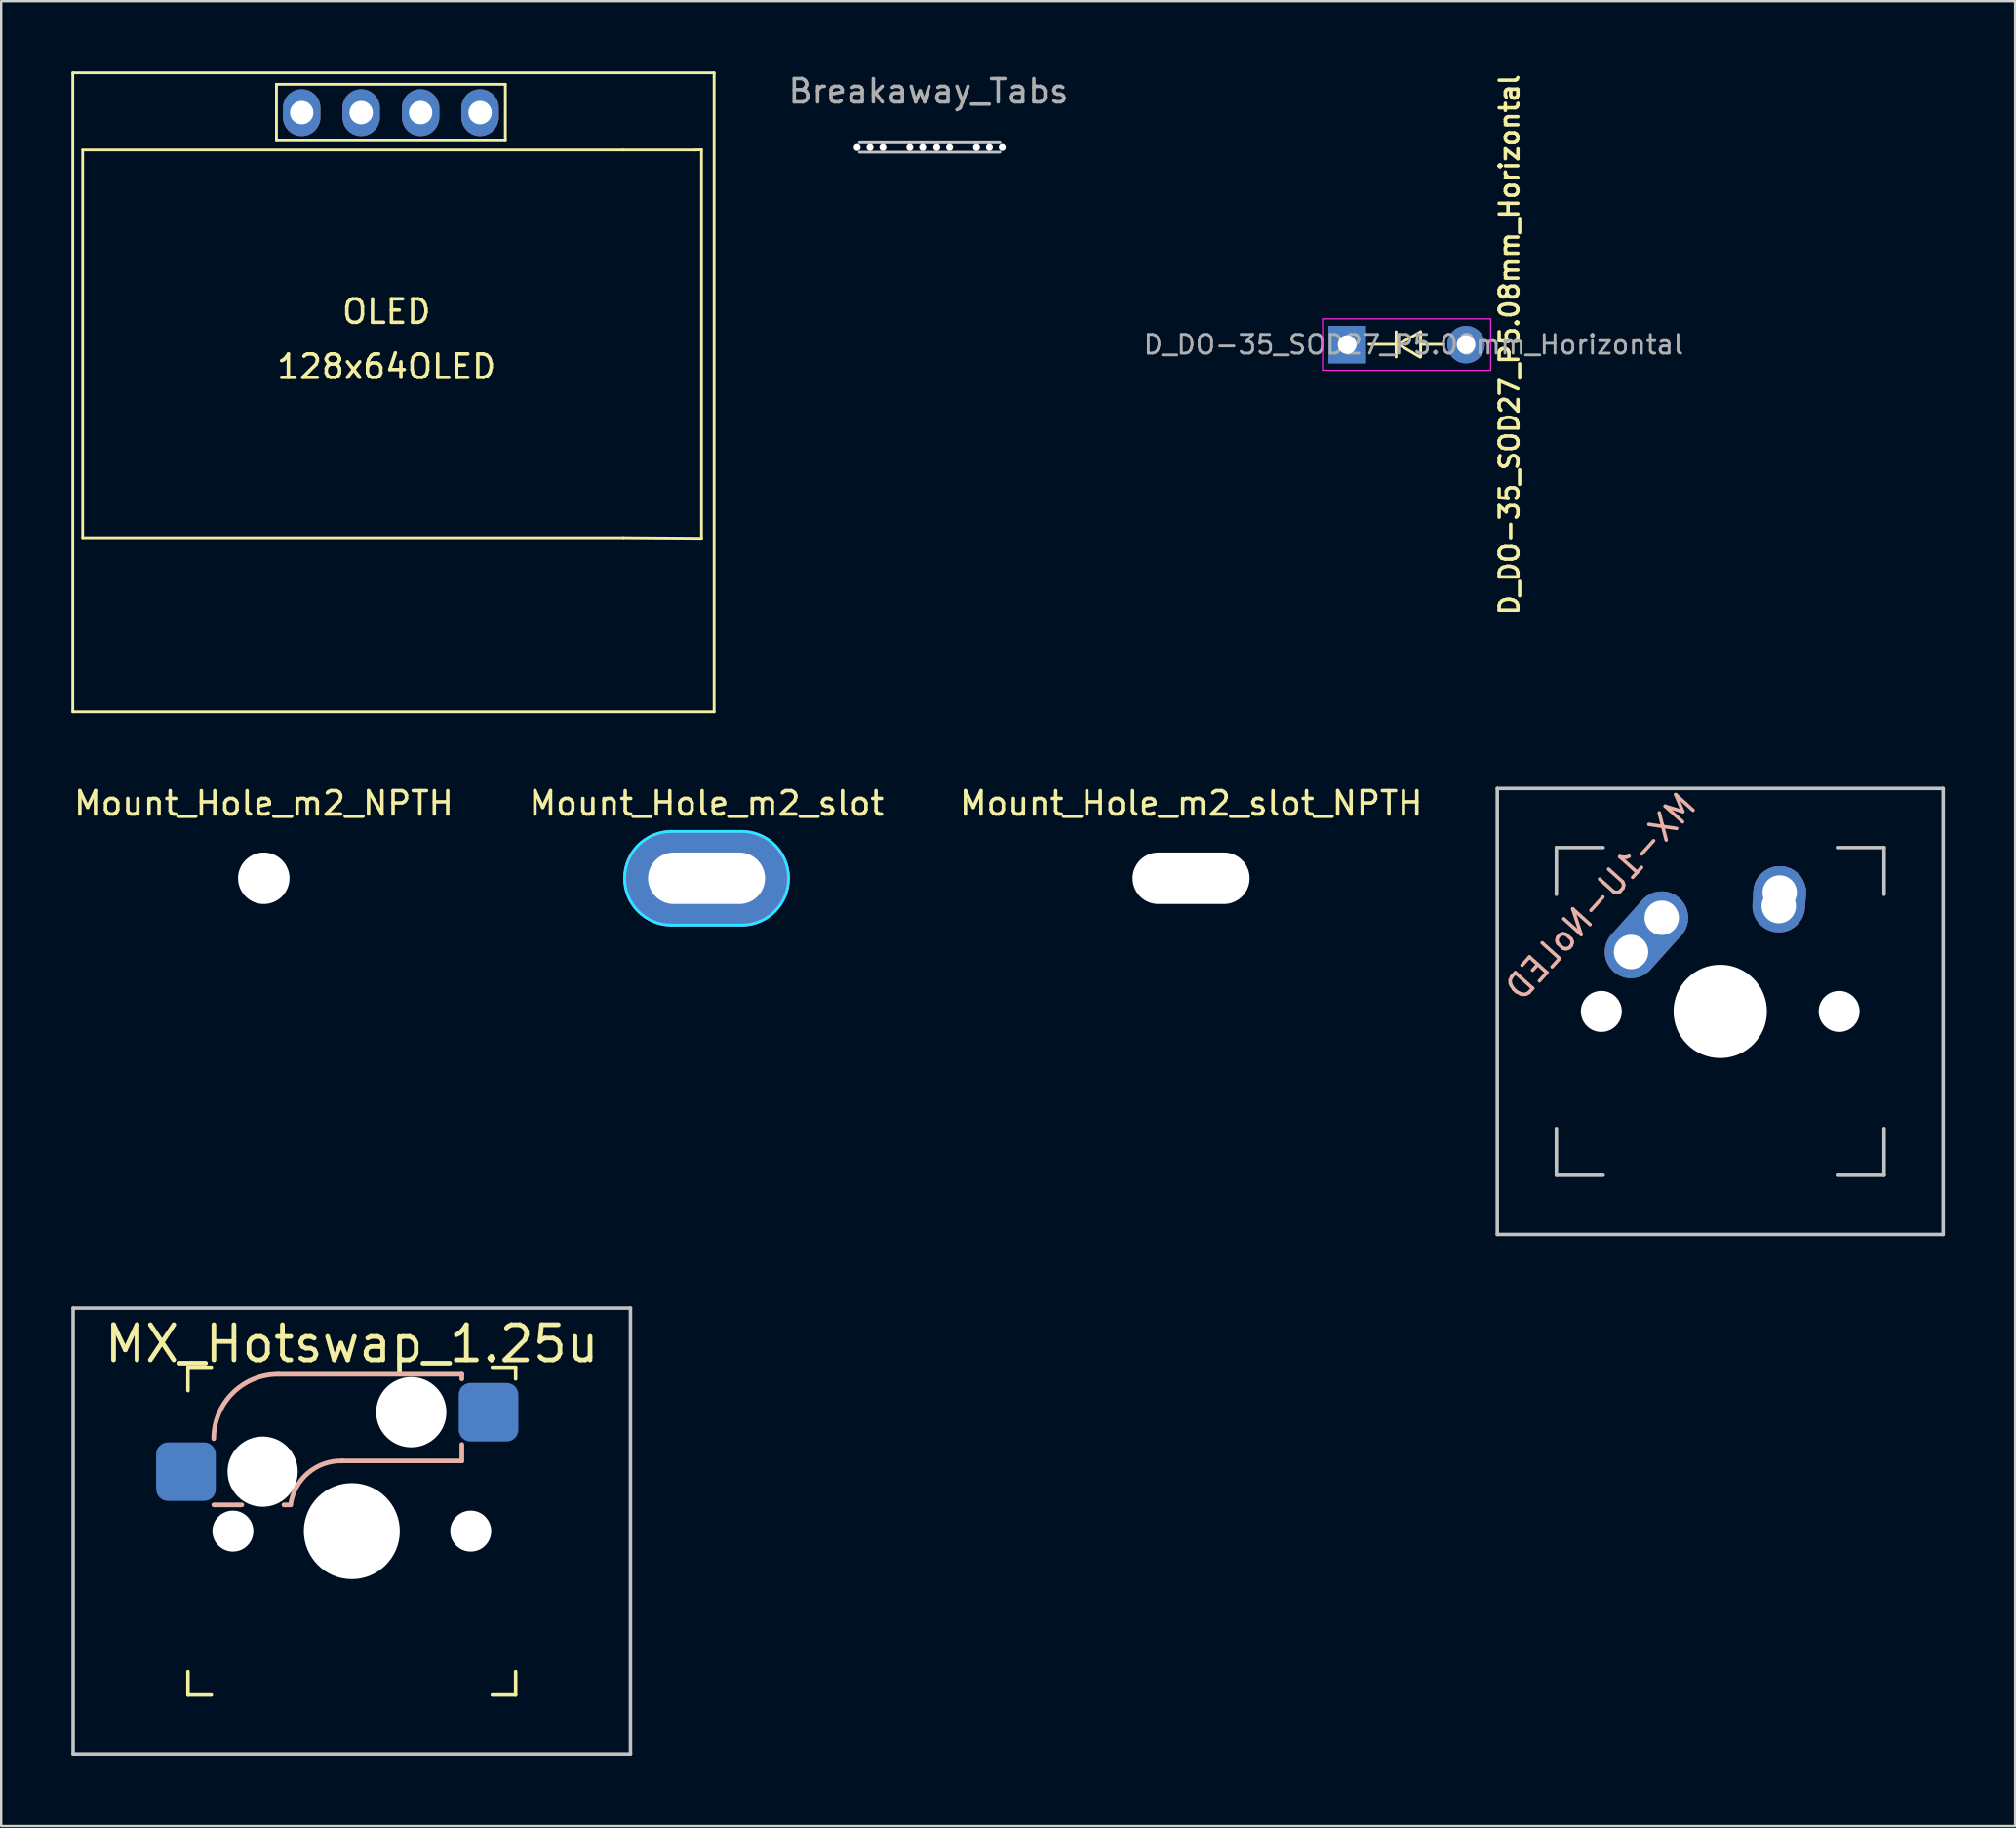
<source format=kicad_pcb>
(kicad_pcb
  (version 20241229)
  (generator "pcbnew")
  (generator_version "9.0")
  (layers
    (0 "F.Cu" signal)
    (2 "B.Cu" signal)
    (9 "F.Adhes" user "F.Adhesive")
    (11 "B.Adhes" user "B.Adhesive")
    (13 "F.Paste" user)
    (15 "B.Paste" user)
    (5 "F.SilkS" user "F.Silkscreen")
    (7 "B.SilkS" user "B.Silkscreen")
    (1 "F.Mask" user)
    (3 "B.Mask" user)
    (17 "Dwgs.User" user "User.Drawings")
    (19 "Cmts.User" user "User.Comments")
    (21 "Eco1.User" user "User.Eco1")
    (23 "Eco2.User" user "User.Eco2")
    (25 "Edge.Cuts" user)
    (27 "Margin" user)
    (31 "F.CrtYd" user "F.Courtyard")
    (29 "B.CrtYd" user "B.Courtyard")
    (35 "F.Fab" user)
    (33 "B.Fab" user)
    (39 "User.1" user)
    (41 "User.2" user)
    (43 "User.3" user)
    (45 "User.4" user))
  (footprint "MX_Hotswap_1.25u"
    (layer "F.Cu")
    (at 11.981 62.356)
    (property "Reference" "MX_Hotswap_1.25u" (at 0 -8 0) (unlocked yes) (layer "F.SilkS") (effects (font (size 1.5 1.5) (thickness 0.2))))
    (fp_line (start -7 -7) (end -6 -7) (stroke (width 0.15) (type solid)) (layer "F.SilkS"))
    (fp_line (start -7 -6) (end -7 -7) (stroke (width 0.15) (type solid)) (layer "F.SilkS"))
    (fp_line (start -7 6) (end -7 7) (stroke (width 0.15) (type solid)) (layer "F.SilkS"))
    (fp_line (start -7 7) (end -6 7) (stroke (width 0.15) (type solid)) (layer "F.SilkS"))
    (fp_line (start 6 7) (end 7 7) (stroke (width 0.15) (type solid)) (layer "F.SilkS"))
    (fp_line (start 7 -7) (end 6 -7) (stroke (width 0.15) (type solid)) (layer "F.SilkS"))
    (fp_line (start 7 -7) (end 7 -6.5) (stroke (width 0.15) (type solid)) (layer "F.SilkS"))
    (fp_line (start 7 7) (end 7 6) (stroke (width 0.15) (type solid)) (layer "F.SilkS"))
    (fp_line (start -5.896 -1.121) (end -4.7 -1.121) (stroke (width 0.2) (type solid)) (layer "B.SilkS"))
    (fp_line (start -3.15 -6.7) (end 4.7 -6.7) (stroke (width 0.2) (type solid)) (layer "B.SilkS"))
    (fp_line (start -2.9 -1.121) (end -2.616 -1.121) (stroke (width 0.2) (type solid)) (layer "B.SilkS"))
    (fp_line (start -0.4 -3) (end 4.7 -3) (stroke (width 0.2) (type solid)) (layer "B.SilkS"))
    (fp_line (start 4.7 -6.5) (end 4.7 -6.7) (stroke (width 0.2) (type solid)) (layer "B.SilkS"))
    (fp_line (start 4.7 -3) (end 4.7 -3.7) (stroke (width 0.2) (type solid)) (layer "B.SilkS"))
    (fp_arc (start -5.9 -3.95) (mid -5.094544 -5.894544) (end -3.15 -6.7) (stroke (width 0.2) (type solid)) (layer "B.SilkS"))
    (fp_arc (start -2.616318 -1.121471) (mid -1.868709 -2.486118) (end -0.4 -3) (stroke (width 0.2) (type solid)) (layer "B.SilkS"))
    (fp_line (start -11.906 -9.525) (end 11.906 -9.525) (stroke (width 0.15) (type solid)) (layer "Dwgs.User"))
    (fp_line (start -11.906 9.525) (end -11.906 -9.525) (stroke (width 0.15) (type solid)) (layer "Dwgs.User"))
    (fp_line (start 11.906 -9.525) (end 11.906 9.525) (stroke (width 0.15) (type solid)) (layer "Dwgs.User"))
    (fp_line (start 11.906 9.525) (end -11.906 9.525) (stroke (width 0.15) (type solid)) (layer "Dwgs.User"))
    (pad "" np_thru_hole circle (at -5.08 0) (size 1.75 1.75) (drill 1.75) (layers "*.Cu" "*.Mask"))
    (pad "" np_thru_hole circle (at -3.81 -2.54) (size 3 3) (drill 3) (layers "*.Cu" "*.Mask"))
    (pad "" np_thru_hole circle (at 0 0 90) (size 4.1 4.1) (drill 4.1) (layers "*.Cu" "*.Mask"))
    (pad "" np_thru_hole circle (at 2.54 -5.08) (size 3 3) (drill 3) (layers "*.Cu" "*.Mask"))
    (pad "" np_thru_hole circle (at 5.08 0) (size 1.75 1.75) (drill 1.75) (layers "*.Cu" "*.Mask"))
    (pad "1" smd roundrect (at -7.085 -2.54 180) (size 2.55 2.5) (layers "B.Cu" "B.Mask" "B.Paste") (roundrect_rratio 0.2))
    (pad "2" smd roundrect (at 5.842 -5.08 180) (size 2.55 2.5) (layers "B.Cu" "B.Mask" "B.Paste") (roundrect_rratio 0.2)))
  (footprint "MX-1U-NoLED"
    (layer "F.Cu")
    (at 70.445 40.156)
    (property "Reference" "MX-1U-NoLED" (at -5.1 -4.9 48) (layer "B.SilkS") (effects (font (size 1 1) (thickness 0.15)) (justify mirror)))
    (attr through_hole)
    (fp_line (start -9.525 -9.525) (end 9.525 -9.525) (stroke (width 0.15) (type solid)) (layer "Dwgs.User"))
    (fp_line (start -9.525 9.525) (end -9.525 -9.525) (stroke (width 0.15) (type solid)) (layer "Dwgs.User"))
    (fp_line (start -7 -7) (end -7 -5) (stroke (width 0.15) (type solid)) (layer "Dwgs.User"))
    (fp_line (start -7 5) (end -7 7) (stroke (width 0.15) (type solid)) (layer "Dwgs.User"))
    (fp_line (start -7 7) (end -5 7) (stroke (width 0.15) (type solid)) (layer "Dwgs.User"))
    (fp_line (start -5 -7) (end -7 -7) (stroke (width 0.15) (type solid)) (layer "Dwgs.User"))
    (fp_line (start 5 -7) (end 7 -7) (stroke (width 0.15) (type solid)) (layer "Dwgs.User"))
    (fp_line (start 5 7) (end 7 7) (stroke (width 0.15) (type solid)) (layer "Dwgs.User"))
    (fp_line (start 7 -7) (end 7 -5) (stroke (width 0.15) (type solid)) (layer "Dwgs.User"))
    (fp_line (start 7 7) (end 7 5) (stroke (width 0.15) (type solid)) (layer "Dwgs.User"))
    (fp_line (start 9.525 -9.525) (end 9.525 9.525) (stroke (width 0.15) (type solid)) (layer "Dwgs.User"))
    (fp_line (start 9.525 9.525) (end -9.525 9.525) (stroke (width 0.15) (type solid)) (layer "Dwgs.User"))
    (pad "" np_thru_hole circle (at -5.08 0 48.1) (size 1.75 1.75) (drill 1.75) (layers "*.Cu" "*.Mask"))
    (pad "" np_thru_hole circle (at 0 0) (size 3.988 3.988) (drill 3.988) (layers "*.Cu" "*.Mask"))
    (pad "" np_thru_hole circle (at 5.08 0 48.1) (size 1.75 1.75) (drill 1.75) (layers "*.Cu" "*.Mask"))
    (pad "1" thru_hole oval (at -3.81 -2.54 48.1) (size 4.212 2.25) (drill 1.47 (offset 0.981 0)) (layers "*.Cu" "B.Mask"))
    (pad "1" thru_hole circle (at -2.5 -4) (size 2.25 2.25) (drill 1.47) (layers "*.Cu" "B.Mask"))
    (pad "2" thru_hole oval (at 2.5 -4.5 86.055) (size 2.831 2.25) (drill 1.47 (offset 0.291 0)) (layers "*.Cu" "B.Mask"))
    (pad "2" thru_hole circle (at 2.54 -5.08) (size 2.25 2.25) (drill 1.47) (layers "*.Cu" "B.Mask")))
  (footprint "128x64OLED"
    (layer "F.Cu")
    (at 13.46 12.36)
    (property "Reference" "128x64OLED" (at 0 0.254 0) (layer "F.SilkS") (effects (font (size 1 1) (thickness 0.15))))
    (attr through_hole)
    (fp_line (start -13.4 -12.3) (end 14 -12.3) (stroke (width 0.12) (type solid)) (layer "F.SilkS"))
    (fp_line (start -13.4 15) (end -13.4 -12.3) (stroke (width 0.12) (type solid)) (layer "F.SilkS"))
    (fp_line (start -12.978 -9.005) (end 10.122 -9.005) (stroke (width 0.12) (type solid)) (layer "F.SilkS"))
    (fp_line (start -12.978 7.595) (end -12.978 -9.005) (stroke (width 0.12) (type solid)) (layer "F.SilkS"))
    (fp_line (start -4.699 -11.811) (end -4.699 -9.398) (stroke (width 0.12) (type solid)) (layer "F.SilkS"))
    (fp_line (start -4.699 -11.811) (end 5.08 -11.811) (stroke (width 0.12) (type solid)) (layer "F.SilkS"))
    (fp_line (start 5.08 -11.811) (end 5.08 -9.398) (stroke (width 0.12) (type solid)) (layer "F.SilkS"))
    (fp_line (start 5.08 -9.398) (end -4.699 -9.398) (stroke (width 0.12) (type solid)) (layer "F.SilkS"))
    (fp_line (start 10.122 -9.005) (end 13.208 -9.005) (stroke (width 0.12) (type solid)) (layer "F.SilkS"))
    (fp_line (start 10.122 7.595) (end -12.978 7.595) (stroke (width 0.12) (type solid)) (layer "F.SilkS"))
    (fp_line (start 10.122 7.595) (end 13.462 7.62) (stroke (width 0.12) (type solid)) (layer "F.SilkS"))
    (fp_line (start 13.462 -9.017) (end 13.208 -9.005) (stroke (width 0.12) (type solid)) (layer "F.SilkS"))
    (fp_line (start 13.462 7.62) (end 13.462 -9.017) (stroke (width 0.12) (type solid)) (layer "F.SilkS"))
    (fp_line (start 14 -12.3) (end 14 15) (stroke (width 0.12) (type solid)) (layer "F.SilkS"))
    (fp_line (start 14 15) (end -13.4 15) (stroke (width 0.12) (type solid)) (layer "F.SilkS"))
    (fp_text user "OLED" (at 0 -2.1 0) (layer "F.SilkS") (effects (font (size 1 1) (thickness 0.15))))
    (pad "1" thru_hole oval (at -3.62 -10.6 90) (size 2 1.6) (drill 1) (layers "*.Cu" "*.Mask"))
    (pad "2" thru_hole oval (at -1.08 -10.6 90) (size 2 1.6) (drill 1) (layers "*.Cu" "*.Mask"))
    (pad "3" thru_hole oval (at 1.46 -10.6 90) (size 2 1.6) (drill 1) (layers "*.Cu" "*.Mask"))
    (pad "4" thru_hole oval (at 4 -10.6 90) (size 2 1.6) (drill 1) (layers "*.Cu" "*.Mask")))
  (footprint "Breakaway_Tabs"
    (layer "F.Cu")
    (at 36.671 3.248)
    (property "Reference" "Breakaway_Tabs" (at -0.05 -2.4 0) (layer "F.Fab") (effects (font (size 1 1) (thickness 0.15))))
    (attr through_hole)
    (fp_line (start -3 -0.2) (end 3 -0.2) (stroke (width 0.12) (type solid)) (layer "Dwgs.User"))
    (fp_line (start -3 0.2) (end 3 0.2) (stroke (width 0.12) (type solid)) (layer "Dwgs.User"))
    (pad "" np_thru_hole circle (at -3.1 0) (size 0.3 0.3) (drill 0.3) (layers "*.Cu" "*.Mask"))
    (pad "" np_thru_hole circle (at -2.55 0) (size 0.3 0.3) (drill 0.3) (layers "*.Cu" "*.Mask"))
    (pad "" np_thru_hole circle (at -2 0) (size 0.3 0.3) (drill 0.3) (layers "*.Cu" "*.Mask"))
    (pad "" np_thru_hole circle (at -0.85 0) (size 0.3 0.3) (drill 0.3) (layers "*.Cu" "*.Mask"))
    (pad "" np_thru_hole circle (at -0.3 0) (size 0.3 0.3) (drill 0.3) (layers "*.Cu" "*.Mask"))
    (pad "" np_thru_hole circle (at 0.3 0) (size 0.3 0.3) (drill 0.3) (layers "*.Cu" "*.Mask"))
    (pad "" np_thru_hole circle (at 0.85 0) (size 0.3 0.3) (drill 0.3) (layers "*.Cu" "*.Mask"))
    (pad "" np_thru_hole circle (at 2 0) (size 0.3 0.3) (drill 0.3) (layers "*.Cu" "*.Mask"))
    (pad "" np_thru_hole circle (at 2.55 0) (size 0.3 0.3) (drill 0.3) (layers "*.Cu" "*.Mask"))
    (pad "" np_thru_hole circle (at 3.1 0) (size 0.3 0.3) (drill 0.3) (layers "*.Cu" "*.Mask")))
  (footprint "Mount_Hole_m2_NPTH"
    (layer "F.Cu")
    (at 8.22 34.468)
    (property "Reference" "Mount_Hole_m2_NPTH" (at 0 -3.2 0) (layer "F.SilkS") (effects (font (size 1 1) (thickness 0.15))))
    (attr exclude_from_pos_files exclude_from_bom)
    (pad "" np_thru_hole circle (at 0 0) (size 2.2 2.2) (drill 2.2) (layers "*.Cu" "*.Mask")))
  (footprint "Mount_Hole_m2_slot_NPTH"
    (layer "F.Cu")
    (at 47.839 34.468)
    (property "Reference" "Mount_Hole_m2_slot_NPTH" (at 0 -3.2 180) (layer "F.SilkS") (effects (font (size 1 1) (thickness 0.15))))
    (attr exclude_from_pos_files exclude_from_bom)
    (pad "" np_thru_hole oval (at 0 0) (size 5 2.2) (drill oval 5 2.2) (layers "*.Cu" "*.Mask")))
  (footprint "D_DO-35_SOD27_P5.08mm_Horizontal"
    (layer "F.Cu")
    (at 57.236 11.669)
    (property "Reference" "D_DO-35_SOD27_P5.08mm_Horizontal" (at 4.2 0 90) (layer "F.SilkS") (effects (font (size 0.8 0.8) (thickness 0.15))))
    (fp_line (start -1.8 -0.01) (end -0.65 -0.01) (stroke (width 0.12) (type solid)) (layer "F.SilkS"))
    (fp_line (start -0.64 0.53) (end -0.64 -0.55) (stroke (width 0.12) (type solid)) (layer "F.SilkS"))
    (fp_line (start -0.54 -0.01) (end 0.41 -0.55) (stroke (width 0.12) (type solid)) (layer "F.SilkS"))
    (fp_line (start -0.53 0) (end 0.38 0.53) (stroke (width 0.12) (type solid)) (layer "F.SilkS"))
    (fp_line (start 0.41 0.53) (end 0.41 -0.55) (stroke (width 0.12) (type solid)) (layer "F.SilkS"))
    (fp_line (start 1.4 -0.01) (end 0.41 -0.01) (stroke (width 0.12) (type solid)) (layer "F.SilkS"))
    (fp_line (start -3.78 -1.1) (end -3.78 1.1) (stroke (width 0.05) (type solid)) (layer "F.CrtYd"))
    (fp_line (start -3.78 1.1) (end 3.4 1.1) (stroke (width 0.05) (type solid)) (layer "F.CrtYd"))
    (fp_line (start 3.4 -1.1) (end -3.78 -1.1) (stroke (width 0.05) (type solid)) (layer "F.CrtYd"))
    (fp_line (start 3.4 1.1) (end 3.4 -1.1) (stroke (width 0.05) (type solid)) (layer "F.CrtYd"))
    (fp_text user "${REFERENCE}" (at 0.11 0 0) (layer "F.Fab") (effects (font (size 0.8 0.8) (thickness 0.12))))
    (pad "1" thru_hole rect (at -2.73 0) (size 1.6 1.6) (drill 0.8) (layers "*.Cu" "*.Mask"))
    (pad "2" thru_hole oval (at 2.35 0) (size 1.6 1.6) (drill 0.8) (layers "*.Cu" "*.Mask")))
  (footprint "Mount_Hole_m2_slot"
    (layer "F.Cu")
    (at 27.137 34.468)
    (property "Reference" "Mount_Hole_m2_slot" (at 0 -3.2 180) (layer "F.SilkS") (effects (font (size 1 1) (thickness 0.15))))
    (attr exclude_from_pos_files exclude_from_bom)
    (fp_line (start -1.5 -2) (end 1.5 -2) (stroke (width 0.12) (type solid)) (layer "B.CrtYd"))
    (fp_line (start 1.5 2) (end -1.5 2) (stroke (width 0.12) (type solid)) (layer "B.CrtYd"))
    (fp_arc (start -1.5 2) (mid -3.5 0) (end -1.5 -2) (stroke (width 0.12) (type solid)) (layer "B.CrtYd"))
    (fp_arc (start 1.5 -2) (mid 3.5 0) (end 1.5 2) (stroke (width 0.12) (type solid)) (layer "B.CrtYd"))
    (fp_line (start -1.5 -2) (end 1.5 -2) (stroke (width 0.12) (type solid)) (layer "F.CrtYd"))
    (fp_line (start 1.5 2) (end -1.5 2) (stroke (width 0.12) (type solid)) (layer "F.CrtYd"))
    (fp_arc (start -1.5 2) (mid -3.5 0) (end -1.5 -2) (stroke (width 0.12) (type solid)) (layer "F.CrtYd"))
    (fp_arc (start 1.5 -2) (mid 3.5 0) (end 1.5 2) (stroke (width 0.12) (type solid)) (layer "F.CrtYd"))
    (pad " " thru_hole oval (at 0 0) (size 7 4) (drill oval 5 2.2) (layers "*.Cu" "*.Mask")))
  (gr_rect
    (start -3 -3)
    (end 83.045 74.956)
    (stroke (width 0.1) (type default))
    (fill no)
    (layer "Edge.Cuts")))
</source>
